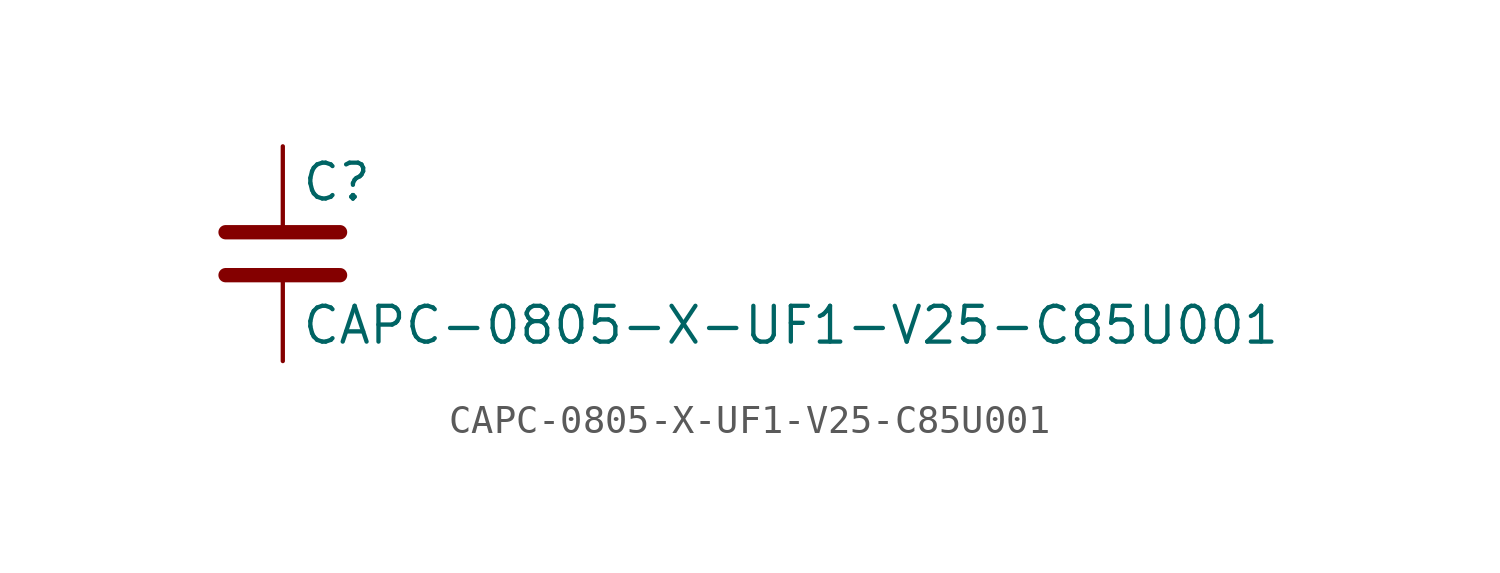
<source format=kicad_sym>
(kicad_symbol_lib
  (version 20211014)
  (generator kicad_symbol_editor)
  (symbol "CAPC-0805-X-UF1-V25-C85U001"
    (pin_numbers hide)
    (pin_names
      (offset 0.254))
    (property "Reference" "C"
      (at 0.635 2.54 0)
      (effects (font (size 1.27 1.27)) (justify left)))
    (property "Value" "CAPC-0805-X-UF1-V25-C85U001"
      (at 0.635 -2.54 0)
      (effects (font (size 1.27 1.27)) (justify left)))
    (symbol "CAPC-0805-X-UF1-V25-C85U001_0_1"
      (polyline (pts (xy -2.032 -0.762) (xy 2.032 -0.762)) (stroke (width 0.508) (type default) (color 0 0 0 0)) (fill (type none)))
      (polyline (pts (xy -2.032 0.762) (xy 2.032 0.762)) (stroke (width 0.508) (type default) (color 0 0 0 0)) (fill (type none))))
    (symbol "CAPC-0805-X-UF1-V25-C85U001_1_1"
      (pin passive line (at 0 3.81 270) (length 2.794) (name "~" (effects (font (size 1.27 1.27)))) (number "1" (effects (font (size 1.27 1.27)))))
      (pin passive line (at 0 -3.81 90) (length 2.794) (name "~" (effects (font (size 1.27 1.27)))) (number "2" (effects (font (size 1.27 1.27))))))))
</source>
